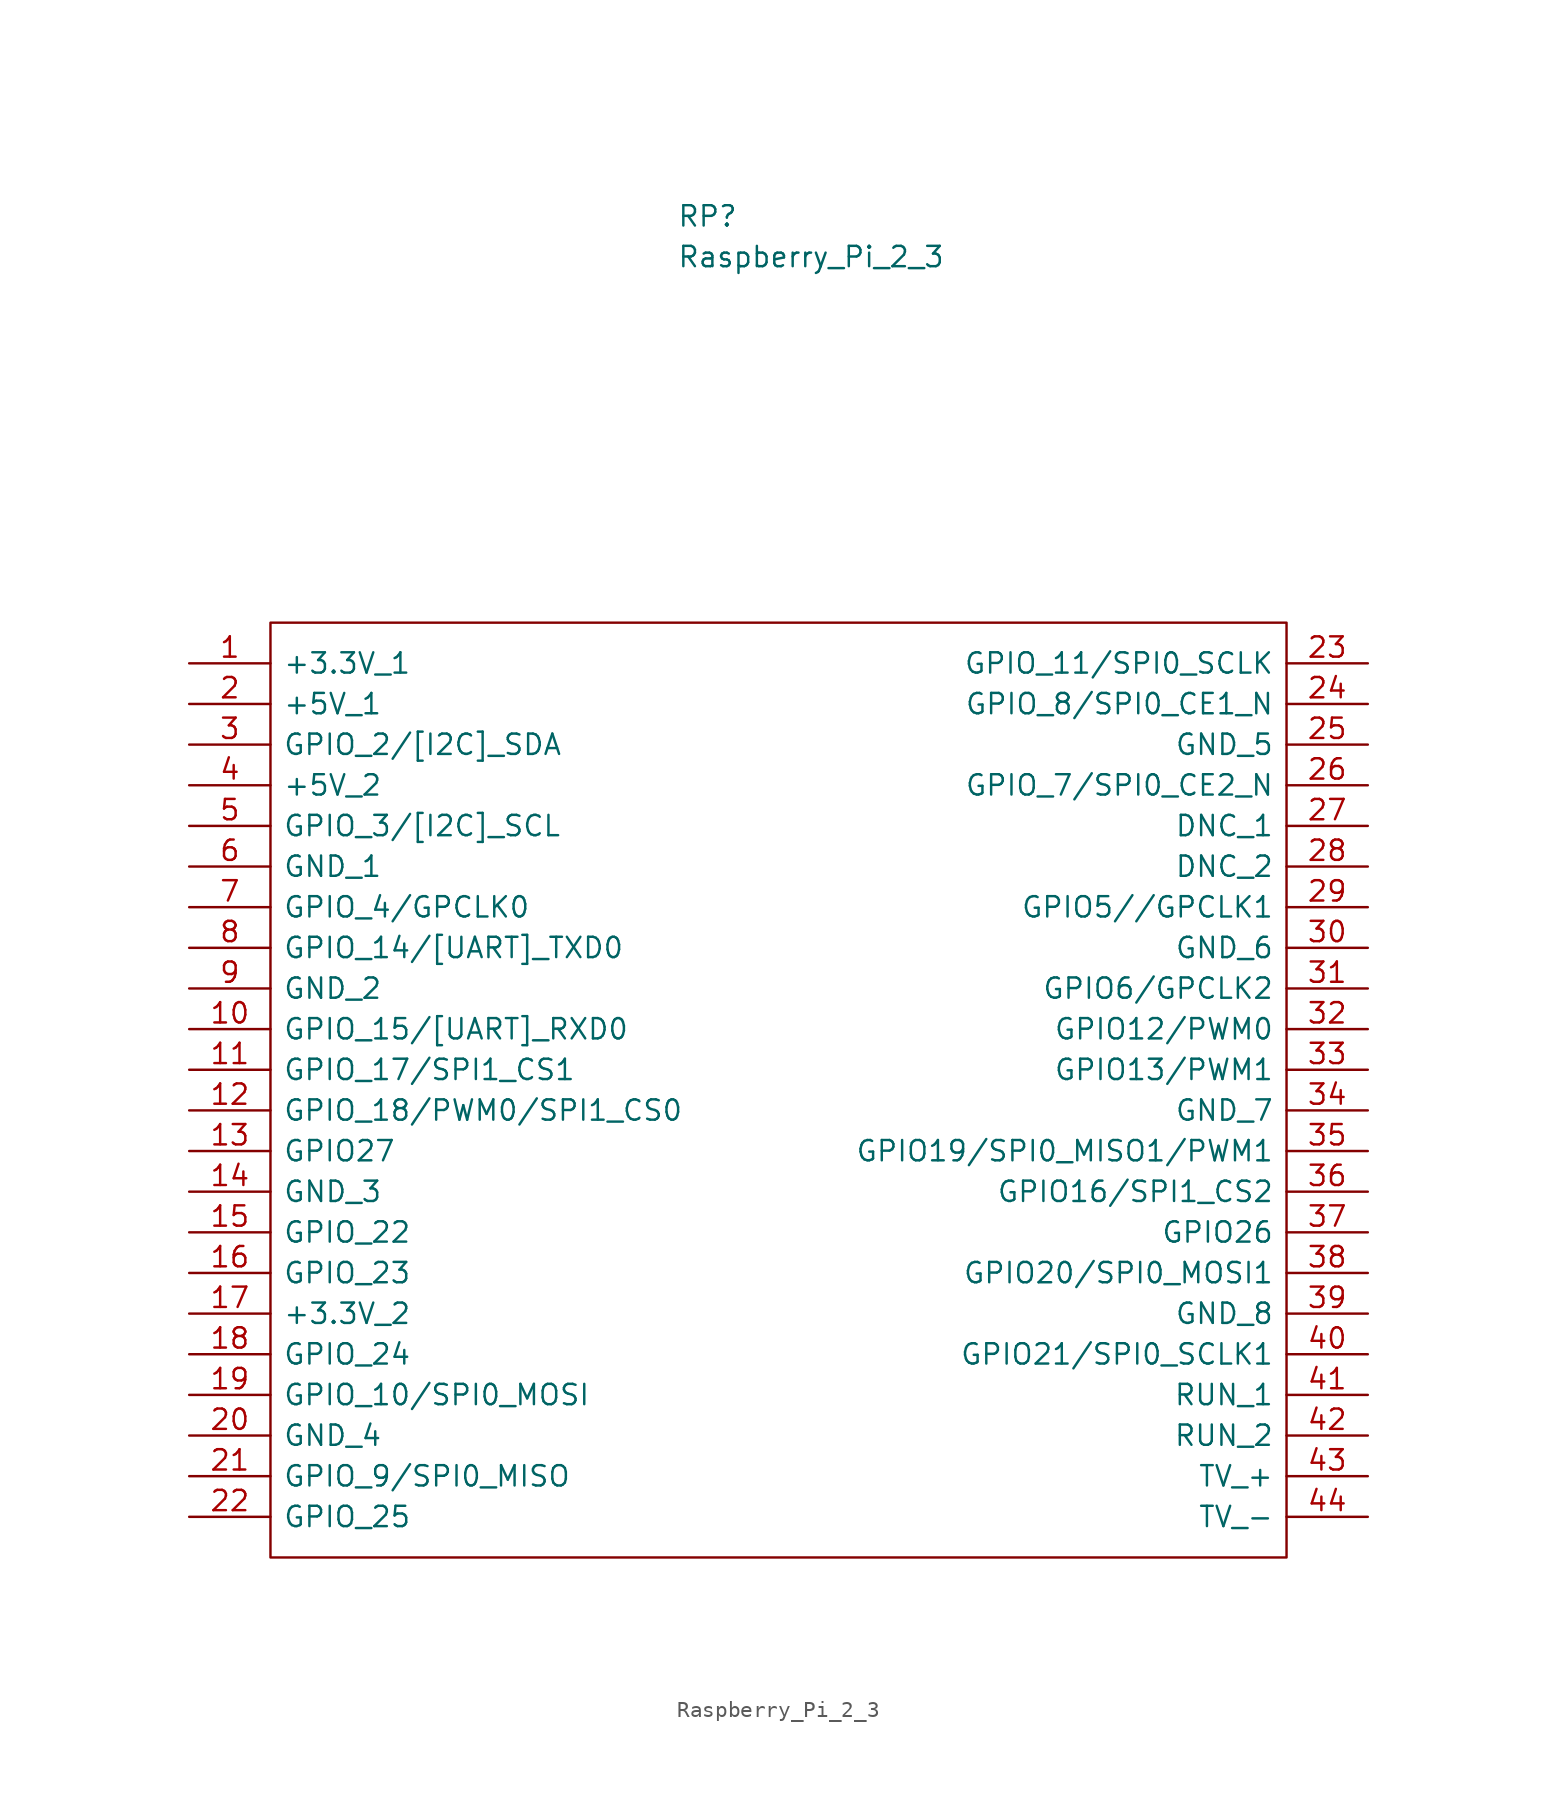
<source format=kicad_sym>
(kicad_symbol_lib
  (version 20241209)
  (generator "kicad_symbol_editor")
  (generator_version "9.0")
  (symbol "Raspberry_Pi_2_3"
    (pin_names
      (offset 0.762))
    (property "Reference" "RP"
      (at 30.48 27.94 0)
      (effects (font (size 1.27 1.27)) (justify left)))
    (property "Value" "Raspberry_Pi_2_3"
      (at 30.48 25.4 0)
      (effects (font (size 1.27 1.27)) (justify left)))
    (symbol "Raspberry_Pi_2_3_0_0"
      (pin bidirectional line (at 0 0 0) (length 5.08) (name "+3.3V_1" (effects (font (size 1.27 1.27)))) (number "1" (effects (font (size 1.27 1.27)))))
      (pin bidirectional line (at 0 -2.54 0) (length 5.08) (name "+5V_1" (effects (font (size 1.27 1.27)))) (number "2" (effects (font (size 1.27 1.27)))))
      (pin bidirectional line (at 0 -5.08 0) (length 5.08) (name "GPIO_2/[I2C]_SDA" (effects (font (size 1.27 1.27)))) (number "3" (effects (font (size 1.27 1.27)))))
      (pin bidirectional line (at 0 -7.62 0) (length 5.08) (name "+5V_2" (effects (font (size 1.27 1.27)))) (number "4" (effects (font (size 1.27 1.27)))))
      (pin bidirectional line (at 0 -10.16 0) (length 5.08) (name "GPIO_3/[I2C]_SCL" (effects (font (size 1.27 1.27)))) (number "5" (effects (font (size 1.27 1.27)))))
      (pin bidirectional line (at 0 -15.24 0) (length 5.08) (name "GPIO_4/GPCLK0" (effects (font (size 1.27 1.27)))) (number "7" (effects (font (size 1.27 1.27)))))
      (pin bidirectional line (at 0 -17.78 0) (length 5.08) (name "GPIO_14/[UART]_TXD0" (effects (font (size 1.27 1.27)))) (number "8" (effects (font (size 1.27 1.27)))))
      (pin bidirectional line (at 0 -22.86 0) (length 5.08) (name "GPIO_15/[UART]_RXD0" (effects (font (size 1.27 1.27)))) (number "10" (effects (font (size 1.27 1.27)))))
      (pin bidirectional line (at 0 -25.4 0) (length 5.08) (name "GPIO_17/SPI1_CS1" (effects (font (size 1.27 1.27)))) (number "11" (effects (font (size 1.27 1.27)))))
      (pin bidirectional line (at 0 -27.94 0) (length 5.08) (name "GPIO_18/PWM0/SPI1_CS0" (effects (font (size 1.27 1.27)))) (number "12" (effects (font (size 1.27 1.27)))))
      (pin bidirectional line (at 0 -30.48 0) (length 5.08) (name "GPIO27" (effects (font (size 1.27 1.27)))) (number "13" (effects (font (size 1.27 1.27)))))
      (pin bidirectional line (at 0 -35.56 0) (length 5.08) (name "GPIO_22" (effects (font (size 1.27 1.27)))) (number "15" (effects (font (size 1.27 1.27)))))
      (pin bidirectional line (at 0 -38.1 0) (length 5.08) (name "GPIO_23" (effects (font (size 1.27 1.27)))) (number "16" (effects (font (size 1.27 1.27)))))
      (pin bidirectional line (at 0 -40.64 0) (length 5.08) (name "+3.3V_2" (effects (font (size 1.27 1.27)))) (number "17" (effects (font (size 1.27 1.27)))))
      (pin bidirectional line (at 0 -43.18 0) (length 5.08) (name "GPIO_24" (effects (font (size 1.27 1.27)))) (number "18" (effects (font (size 1.27 1.27)))))
      (pin bidirectional line (at 0 -45.72 0) (length 5.08) (name "GPIO_10/SPI0_MOSI" (effects (font (size 1.27 1.27)))) (number "19" (effects (font (size 1.27 1.27)))))
      (pin bidirectional line (at 0 -50.8 0) (length 5.08) (name "GPIO_9/SPI0_MISO" (effects (font (size 1.27 1.27)))) (number "21" (effects (font (size 1.27 1.27)))))
      (pin bidirectional line (at 0 -53.34 0) (length 5.08) (name "GPIO_25" (effects (font (size 1.27 1.27)))) (number "22" (effects (font (size 1.27 1.27)))))
      (pin bidirectional line (at 73.66 0 180) (length 5.08) (name "GPIO_11/SPI0_SCLK" (effects (font (size 1.27 1.27)))) (number "23" (effects (font (size 1.27 1.27)))))
      (pin bidirectional line (at 73.66 -2.54 180) (length 5.08) (name "GPIO_8/SPI0_CE1_N" (effects (font (size 1.27 1.27)))) (number "24" (effects (font (size 1.27 1.27)))))
      (pin bidirectional line (at 73.66 -7.62 180) (length 5.08) (name "GPIO_7/SPI0_CE2_N" (effects (font (size 1.27 1.27)))) (number "26" (effects (font (size 1.27 1.27)))))
      (pin bidirectional line (at 73.66 -10.16 180) (length 5.08) (name "DNC_1" (effects (font (size 1.27 1.27)))) (number "27" (effects (font (size 1.27 1.27)))))
      (pin bidirectional line (at 73.66 -12.7 180) (length 5.08) (name "DNC_2" (effects (font (size 1.27 1.27)))) (number "28" (effects (font (size 1.27 1.27)))))
      (pin bidirectional line (at 73.66 -15.24 180) (length 5.08) (name "GPIO5//GPCLK1" (effects (font (size 1.27 1.27)))) (number "29" (effects (font (size 1.27 1.27)))))
      (pin bidirectional line (at 73.66 -20.32 180) (length 5.08) (name "GPIO6/GPCLK2" (effects (font (size 1.27 1.27)))) (number "31" (effects (font (size 1.27 1.27)))))
      (pin bidirectional line (at 73.66 -22.86 180) (length 5.08) (name "GPIO12/PWM0" (effects (font (size 1.27 1.27)))) (number "32" (effects (font (size 1.27 1.27)))))
      (pin bidirectional line (at 73.66 -25.4 180) (length 5.08) (name "GPIO13/PWM1" (effects (font (size 1.27 1.27)))) (number "33" (effects (font (size 1.27 1.27)))))
      (pin bidirectional line (at 73.66 -30.48 180) (length 5.08) (name "GPIO19/SPI0_MISO1/PWM1" (effects (font (size 1.27 1.27)))) (number "35" (effects (font (size 1.27 1.27)))))
      (pin bidirectional line (at 73.66 -33.02 180) (length 5.08) (name "GPIO16/SPI1_CS2" (effects (font (size 1.27 1.27)))) (number "36" (effects (font (size 1.27 1.27)))))
      (pin bidirectional line (at 73.66 -35.56 180) (length 5.08) (name "GPIO26" (effects (font (size 1.27 1.27)))) (number "37" (effects (font (size 1.27 1.27)))))
      (pin bidirectional line (at 73.66 -38.1 180) (length 5.08) (name "GPIO20/SPI0_MOSI1" (effects (font (size 1.27 1.27)))) (number "38" (effects (font (size 1.27 1.27)))))
      (pin bidirectional line (at 73.66 -43.18 180) (length 5.08) (name "GPIO21/SPI0_SCLK1" (effects (font (size 1.27 1.27)))) (number "40" (effects (font (size 1.27 1.27)))))
      (pin bidirectional line (at 73.66 -45.72 180) (length 5.08) (name "RUN_1" (effects (font (size 1.27 1.27)))) (number "41" (effects (font (size 1.27 1.27)))))
      (pin bidirectional line (at 73.66 -48.26 180) (length 5.08) (name "RUN_2" (effects (font (size 1.27 1.27)))) (number "42" (effects (font (size 1.27 1.27)))))
      (pin bidirectional line (at 73.66 -50.8 180) (length 5.08) (name "TV_+" (effects (font (size 1.27 1.27)))) (number "43" (effects (font (size 1.27 1.27)))))
      (pin bidirectional line (at 73.66 -53.34 180) (length 5.08) (name "TV_-" (effects (font (size 1.27 1.27)))) (number "44" (effects (font (size 1.27 1.27))))))
    (symbol "Raspberry_Pi_2_3_0_1"
      (polyline (pts (xy 5.08 2.54) (xy 68.58 2.54) (xy 68.58 -55.88) (xy 5.08 -55.88) (xy 5.08 2.54)) (stroke (width 0.152) (type solid)) (fill (type none))))
    (symbol "Raspberry_Pi_2_3_1_0"
      (pin power_in line (at 0 -12.7 0) (length 5.08) (name "GND_1" (effects (font (size 1.27 1.27)))) (number "6" (effects (font (size 1.27 1.27)))))
      (pin power_in line (at 0 -20.32 0) (length 5.08) (name "GND_2" (effects (font (size 1.27 1.27)))) (number "9" (effects (font (size 1.27 1.27)))))
      (pin power_in line (at 0 -33.02 0) (length 5.08) (name "GND_3" (effects (font (size 1.27 1.27)))) (number "14" (effects (font (size 1.27 1.27)))))
      (pin power_in line (at 0 -48.26 0) (length 5.08) (name "GND_4" (effects (font (size 1.27 1.27)))) (number "20" (effects (font (size 1.27 1.27)))))
      (pin power_in line (at 73.66 -5.08 180) (length 5.08) (name "GND_5" (effects (font (size 1.27 1.27)))) (number "25" (effects (font (size 1.27 1.27)))))
      (pin power_in line (at 73.66 -17.78 180) (length 5.08) (name "GND_6" (effects (font (size 1.27 1.27)))) (number "30" (effects (font (size 1.27 1.27)))))
      (pin power_in line (at 73.66 -27.94 180) (length 5.08) (name "GND_7" (effects (font (size 1.27 1.27)))) (number "34" (effects (font (size 1.27 1.27)))))
      (pin power_in line (at 73.66 -40.64 180) (length 5.08) (name "GND_8" (effects (font (size 1.27 1.27)))) (number "39" (effects (font (size 1.27 1.27))))))))
</source>
